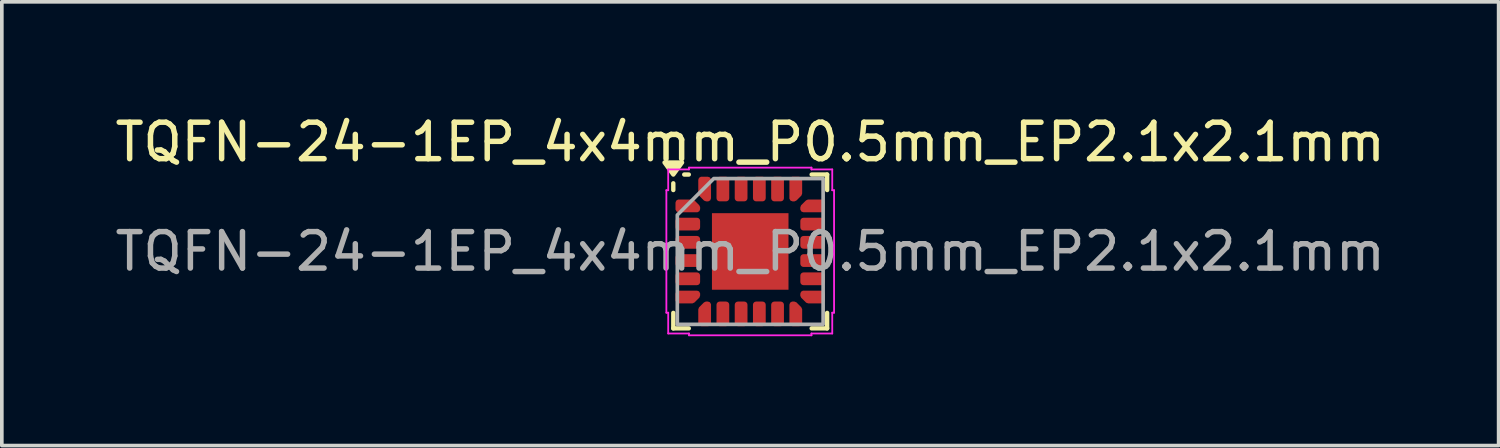
<source format=kicad_pcb>
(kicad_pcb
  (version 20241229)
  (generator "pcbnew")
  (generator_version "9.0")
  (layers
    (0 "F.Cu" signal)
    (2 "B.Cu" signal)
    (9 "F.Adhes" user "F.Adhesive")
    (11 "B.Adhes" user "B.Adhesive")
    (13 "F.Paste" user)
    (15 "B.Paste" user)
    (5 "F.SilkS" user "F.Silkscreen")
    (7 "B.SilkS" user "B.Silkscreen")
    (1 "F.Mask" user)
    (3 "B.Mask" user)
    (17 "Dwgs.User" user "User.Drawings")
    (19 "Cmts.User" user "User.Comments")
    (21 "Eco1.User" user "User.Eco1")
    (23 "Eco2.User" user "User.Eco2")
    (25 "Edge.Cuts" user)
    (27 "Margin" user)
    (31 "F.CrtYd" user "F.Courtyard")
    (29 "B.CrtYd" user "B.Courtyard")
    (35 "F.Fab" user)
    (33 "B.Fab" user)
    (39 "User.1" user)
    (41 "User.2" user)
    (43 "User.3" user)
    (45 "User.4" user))
  (footprint "TQFN-24-1EP_4x4mm_P0.5mm_EP2.1x2.1mm"
    (layer "F.Cu")
    (at 17.53 3.848)
    (property "Reference" "TQFN-24-1EP_4x4mm_P0.5mm_EP2.1x2.1mm" (at 0 -3 0) (layer "F.SilkS") (effects (font (size 1 1) (thickness 0.15))))
    (attr smd)
    (fp_line (start -2.11 -1.685) (end -2.11 -1.87) (stroke (width 0.12) (type solid)) (layer "F.SilkS"))
    (fp_line (start -2.11 2.11) (end -2.11 1.685) (stroke (width 0.12) (type solid)) (layer "F.SilkS"))
    (fp_line (start -1.685 -2.11) (end -1.81 -2.11) (stroke (width 0.12) (type solid)) (layer "F.SilkS"))
    (fp_line (start -1.685 2.11) (end -2.11 2.11) (stroke (width 0.12) (type solid)) (layer "F.SilkS"))
    (fp_line (start 1.685 -2.11) (end 2.11 -2.11) (stroke (width 0.12) (type solid)) (layer "F.SilkS"))
    (fp_line (start 1.685 2.11) (end 2.11 2.11) (stroke (width 0.12) (type solid)) (layer "F.SilkS"))
    (fp_line (start 2.11 -2.11) (end 2.11 -1.685) (stroke (width 0.12) (type solid)) (layer "F.SilkS"))
    (fp_line (start 2.11 2.11) (end 2.11 1.685) (stroke (width 0.12) (type solid)) (layer "F.SilkS"))
    (fp_poly (pts (xy -2.11 -2.11) (xy -2.35 -2.44) (xy -1.87 -2.44)) (stroke (width 0.12) (type solid)) (fill yes) (layer "F.SilkS"))
    (fp_line (start -2.3 -1.68) (end -2.25 -1.68) (stroke (width 0.05) (type solid)) (layer "F.CrtYd"))
    (fp_line (start -2.3 1.68) (end -2.3 -1.68) (stroke (width 0.05) (type solid)) (layer "F.CrtYd"))
    (fp_line (start -2.25 -2.25) (end -1.68 -2.25) (stroke (width 0.05) (type solid)) (layer "F.CrtYd"))
    (fp_line (start -2.25 -1.68) (end -2.25 -2.25) (stroke (width 0.05) (type solid)) (layer "F.CrtYd"))
    (fp_line (start -2.25 1.68) (end -2.3 1.68) (stroke (width 0.05) (type solid)) (layer "F.CrtYd"))
    (fp_line (start -2.25 2.25) (end -2.25 1.68) (stroke (width 0.05) (type solid)) (layer "F.CrtYd"))
    (fp_line (start -1.68 -2.3) (end 1.68 -2.3) (stroke (width 0.05) (type solid)) (layer "F.CrtYd"))
    (fp_line (start -1.68 -2.25) (end -1.68 -2.3) (stroke (width 0.05) (type solid)) (layer "F.CrtYd"))
    (fp_line (start -1.68 2.25) (end -2.25 2.25) (stroke (width 0.05) (type solid)) (layer "F.CrtYd"))
    (fp_line (start -1.68 2.3) (end -1.68 2.25) (stroke (width 0.05) (type solid)) (layer "F.CrtYd"))
    (fp_line (start 1.68 -2.3) (end 1.68 -2.25) (stroke (width 0.05) (type solid)) (layer "F.CrtYd"))
    (fp_line (start 1.68 -2.25) (end 2.25 -2.25) (stroke (width 0.05) (type solid)) (layer "F.CrtYd"))
    (fp_line (start 1.68 2.25) (end 1.68 2.3) (stroke (width 0.05) (type solid)) (layer "F.CrtYd"))
    (fp_line (start 1.68 2.3) (end -1.68 2.3) (stroke (width 0.05) (type solid)) (layer "F.CrtYd"))
    (fp_line (start 2.25 -2.25) (end 2.25 -1.68) (stroke (width 0.05) (type solid)) (layer "F.CrtYd"))
    (fp_line (start 2.25 -1.68) (end 2.3 -1.68) (stroke (width 0.05) (type solid)) (layer "F.CrtYd"))
    (fp_line (start 2.25 1.68) (end 2.25 2.25) (stroke (width 0.05) (type solid)) (layer "F.CrtYd"))
    (fp_line (start 2.25 2.25) (end 1.68 2.25) (stroke (width 0.05) (type solid)) (layer "F.CrtYd"))
    (fp_line (start 2.3 -1.68) (end 2.3 1.68) (stroke (width 0.05) (type solid)) (layer "F.CrtYd"))
    (fp_line (start 2.3 1.68) (end 2.25 1.68) (stroke (width 0.05) (type solid)) (layer "F.CrtYd"))
    (fp_poly (pts (xy -2 -1) (xy -2 2) (xy 2 2) (xy 2 -2) (xy -1 -2)) (stroke (width 0.1) (type solid)) (fill no) (layer "F.Fab"))
    (fp_text user "${REFERENCE}" (at 0 0 0) (layer "F.Fab") (effects (font (size 1 1) (thickness 0.15))))
    (pad "" smd roundrect (at -0.525 -0.525) (size 0.85 0.85) (layers "F.Paste") (roundrect_rratio 0.25))
    (pad "" smd roundrect (at -0.525 0.525) (size 0.85 0.85) (layers "F.Paste") (roundrect_rratio 0.25))
    (pad "" smd roundrect (at 0.525 -0.525) (size 0.85 0.85) (layers "F.Paste") (roundrect_rratio 0.25))
    (pad "" smd roundrect (at 0.525 0.525) (size 0.85 0.85) (layers "F.Paste") (roundrect_rratio 0.25))
    (pad "1" smd custom (at -1.712 -1.25) (size 0.223 0.223) (layers "F.Cu" "F.Mask" "F.Paste") (options (anchor circle)) (primitives (gr_poly (pts (xy -0.253 -0.09) (xy 0.122 -0.09) (xy 0.253 0.04) (xy 0.253 0.09) (xy -0.253 0.09)) (width 0.17) (fill yes))))
    (pad "2" smd roundrect (at -1.712 -0.75) (size 0.675 0.35) (layers "F.Cu" "F.Mask" "F.Paste") (roundrect_rratio 0.25))
    (pad "3" smd roundrect (at -1.712 -0.25) (size 0.675 0.35) (layers "F.Cu" "F.Mask" "F.Paste") (roundrect_rratio 0.25))
    (pad "4" smd roundrect (at -1.712 0.25) (size 0.675 0.35) (layers "F.Cu" "F.Mask" "F.Paste") (roundrect_rratio 0.25))
    (pad "5" smd roundrect (at -1.712 0.75) (size 0.675 0.35) (layers "F.Cu" "F.Mask" "F.Paste") (roundrect_rratio 0.25))
    (pad "6" smd custom (at -1.712 1.25) (size 0.223 0.223) (layers "F.Cu" "F.Mask" "F.Paste") (options (anchor circle)) (primitives (gr_poly (pts (xy -0.253 -0.09) (xy 0.253 -0.09) (xy 0.253 -0.04) (xy 0.122 0.09) (xy -0.253 0.09)) (width 0.17) (fill yes))))
    (pad "7" smd custom (at -1.25 1.712) (size 0.223 0.223) (layers "F.Cu" "F.Mask" "F.Paste") (options (anchor circle)) (primitives (gr_poly (pts (xy -0.09 -0.122) (xy 0.04 -0.253) (xy 0.09 -0.253) (xy 0.09 0.253) (xy -0.09 0.253)) (width 0.17) (fill yes))))
    (pad "8" smd roundrect (at -0.75 1.712) (size 0.35 0.675) (layers "F.Cu" "F.Mask" "F.Paste") (roundrect_rratio 0.25))
    (pad "9" smd roundrect (at -0.25 1.712) (size 0.35 0.675) (layers "F.Cu" "F.Mask" "F.Paste") (roundrect_rratio 0.25))
    (pad "10" smd roundrect (at 0.25 1.712) (size 0.35 0.675) (layers "F.Cu" "F.Mask" "F.Paste") (roundrect_rratio 0.25))
    (pad "11" smd roundrect (at 0.75 1.712) (size 0.35 0.675) (layers "F.Cu" "F.Mask" "F.Paste") (roundrect_rratio 0.25))
    (pad "12" smd custom (at 1.25 1.712) (size 0.223 0.223) (layers "F.Cu" "F.Mask" "F.Paste") (options (anchor circle)) (primitives (gr_poly (pts (xy -0.09 -0.253) (xy -0.04 -0.253) (xy 0.09 -0.122) (xy 0.09 0.253) (xy -0.09 0.253)) (width 0.17) (fill yes))))
    (pad "13" smd custom (at 1.712 1.25) (size 0.223 0.223) (layers "F.Cu" "F.Mask" "F.Paste") (options (anchor circle)) (primitives (gr_poly (pts (xy -0.253 -0.09) (xy 0.253 -0.09) (xy 0.253 0.09) (xy -0.122 0.09) (xy -0.253 -0.04)) (width 0.17) (fill yes))))
    (pad "14" smd roundrect (at 1.712 0.75) (size 0.675 0.35) (layers "F.Cu" "F.Mask" "F.Paste") (roundrect_rratio 0.25))
    (pad "15" smd roundrect (at 1.712 0.25) (size 0.675 0.35) (layers "F.Cu" "F.Mask" "F.Paste") (roundrect_rratio 0.25))
    (pad "16" smd roundrect (at 1.712 -0.25) (size 0.675 0.35) (layers "F.Cu" "F.Mask" "F.Paste") (roundrect_rratio 0.25))
    (pad "17" smd roundrect (at 1.712 -0.75) (size 0.675 0.35) (layers "F.Cu" "F.Mask" "F.Paste") (roundrect_rratio 0.25))
    (pad "18" smd custom (at 1.712 -1.25) (size 0.223 0.223) (layers "F.Cu" "F.Mask" "F.Paste") (options (anchor circle)) (primitives (gr_poly (pts (xy -0.253 0.04) (xy -0.122 -0.09) (xy 0.253 -0.09) (xy 0.253 0.09) (xy -0.253 0.09)) (width 0.17) (fill yes))))
    (pad "19" smd custom (at 1.25 -1.712) (size 0.223 0.223) (layers "F.Cu" "F.Mask" "F.Paste") (options (anchor circle)) (primitives (gr_poly (pts (xy -0.09 -0.253) (xy 0.09 -0.253) (xy 0.09 0.122) (xy -0.04 0.253) (xy -0.09 0.253)) (width 0.17) (fill yes))))
    (pad "20" smd roundrect (at 0.75 -1.712) (size 0.35 0.675) (layers "F.Cu" "F.Mask" "F.Paste") (roundrect_rratio 0.25))
    (pad "21" smd roundrect (at 0.25 -1.712) (size 0.35 0.675) (layers "F.Cu" "F.Mask" "F.Paste") (roundrect_rratio 0.25))
    (pad "22" smd roundrect (at -0.25 -1.712) (size 0.35 0.675) (layers "F.Cu" "F.Mask" "F.Paste") (roundrect_rratio 0.25))
    (pad "23" smd roundrect (at -0.75 -1.712) (size 0.35 0.675) (layers "F.Cu" "F.Mask" "F.Paste") (roundrect_rratio 0.25))
    (pad "24" smd custom (at -1.25 -1.712) (size 0.223 0.223) (layers "F.Cu" "F.Mask" "F.Paste") (options (anchor circle)) (primitives (gr_poly (pts (xy -0.09 -0.253) (xy 0.09 -0.253) (xy 0.09 0.253) (xy 0.04 0.253) (xy -0.09 0.122)) (width 0.17) (fill yes))))
    (pad "25" smd rect (at 0 0) (size 2.1 2.1) (property pad_prop_heatsink) (layers "F.Cu" "F.Mask")))
  (gr_rect
    (start -3 -3)
    (end 38.06 9.173)
    (stroke (width 0.1) (type default))
    (fill no)
    (layer "Edge.Cuts")))
</source>
